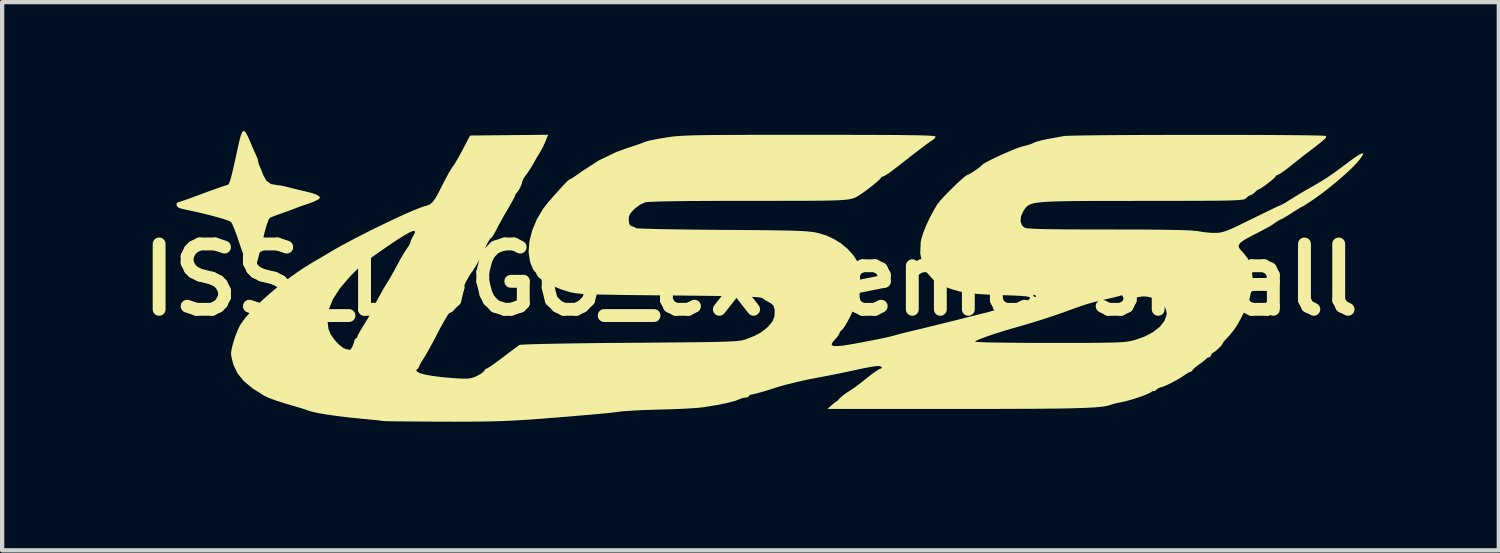
<source format=kicad_pcb>
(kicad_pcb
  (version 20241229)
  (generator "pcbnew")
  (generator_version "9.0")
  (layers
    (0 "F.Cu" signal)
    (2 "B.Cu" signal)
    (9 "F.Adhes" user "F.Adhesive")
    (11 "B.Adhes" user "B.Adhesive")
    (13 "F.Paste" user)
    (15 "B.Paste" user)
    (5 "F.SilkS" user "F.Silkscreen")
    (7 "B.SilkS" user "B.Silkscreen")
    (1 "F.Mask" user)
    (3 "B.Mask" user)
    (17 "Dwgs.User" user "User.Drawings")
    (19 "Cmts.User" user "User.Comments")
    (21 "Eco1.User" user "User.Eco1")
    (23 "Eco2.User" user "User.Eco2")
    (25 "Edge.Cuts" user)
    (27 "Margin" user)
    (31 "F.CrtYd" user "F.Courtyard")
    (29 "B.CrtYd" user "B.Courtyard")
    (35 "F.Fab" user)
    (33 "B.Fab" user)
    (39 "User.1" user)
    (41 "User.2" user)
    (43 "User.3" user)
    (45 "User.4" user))
  (footprint "ISS_LOGO_extreme small"
    (layer "F.Cu")
    (at 14.449 3.473)
    (property "Reference" "ISS_LOGO_extreme small" (at 0 0 0) (layer "F.SilkS") (effects (font (size 1.524 1.524) (thickness 0.3))))
    (attr board_only exclude_from_pos_files exclude_from_bom)
    (fp_poly (pts (xy -11.768 -3.431) (xy -11.713 -3.329) (xy -11.643 -3.166) (xy -11.607 -3.079) (xy -11.566 -2.985) (xy -11.526 -2.9) (xy -11.492 -2.818) (xy -11.479 -2.758) (xy -11.463 -2.688) (xy -11.447 -2.652) (xy -11.417 -2.586) (xy -11.378 -2.487) (xy -11.362 -2.443) (xy -11.287 -2.308) (xy -11.177 -2.231) (xy -11.05 -2.209) (xy -10.972 -2.2) (xy -10.861 -2.178) (xy -10.798 -2.162) (xy -10.675 -2.131) (xy -10.52 -2.093) (xy -10.374 -2.059) (xy -10.207 -2.016) (xy -10.1 -1.975) (xy -10.047 -1.934) (xy -10.04 -1.909) (xy -10.071 -1.876) (xy -10.158 -1.832) (xy -10.292 -1.78) (xy -10.374 -1.752) (xy -10.48 -1.716) (xy -10.569 -1.684) (xy -10.592 -1.674) (xy -10.655 -1.649) (xy -10.76 -1.61) (xy -10.887 -1.565) (xy -10.91 -1.557) (xy -11.035 -1.512) (xy -11.138 -1.473) (xy -11.201 -1.447) (xy -11.207 -1.444) (xy -11.234 -1.403) (xy -11.27 -1.311) (xy -11.309 -1.184) (xy -11.334 -1.086) (xy -11.403 -0.799) (xy -11.46 -0.573) (xy -11.507 -0.402) (xy -11.545 -0.281) (xy -11.578 -0.206) (xy -11.607 -0.171) (xy -11.635 -0.172) (xy -11.664 -0.204) (xy -11.697 -0.261) (xy -11.703 -0.274) (xy -11.741 -0.361) (xy -11.792 -0.494) (xy -11.85 -0.657) (xy -11.91 -0.831) (xy -11.917 -0.853) (xy -11.973 -1.018) (xy -12.027 -1.163) (xy -12.073 -1.274) (xy -12.107 -1.338) (xy -12.112 -1.345) (xy -12.163 -1.373) (xy -12.27 -1.411) (xy -12.422 -1.456) (xy -12.609 -1.506) (xy -12.821 -1.558) (xy -13.047 -1.609) (xy -13.188 -1.638) (xy -13.279 -1.661) (xy -13.342 -1.684) (xy -13.347 -1.686) (xy -13.381 -1.731) (xy -13.381 -1.782) (xy -13.349 -1.807) (xy -13.347 -1.807) (xy -13.304 -1.818) (xy -13.21 -1.85) (xy -13.075 -1.897) (xy -12.912 -1.957) (xy -12.776 -2.008) (xy -12.597 -2.074) (xy -12.438 -2.131) (xy -12.311 -2.175) (xy -12.227 -2.202) (xy -12.198 -2.209) (xy -12.178 -2.218) (xy -12.158 -2.249) (xy -12.134 -2.31) (xy -12.106 -2.408) (xy -12.071 -2.549) (xy -12.027 -2.742) (xy -11.972 -2.992) (xy -11.968 -3.012) (xy -11.921 -3.223) (xy -11.882 -3.37) (xy -11.847 -3.453) (xy -11.81 -3.473)) (stroke (width 0) (type solid)) (fill yes) (layer "F.SilkS"))
    (fp_poly (pts (xy -4.775 -3.238) (xy -4.831 -3.113) (xy -4.899 -2.988) (xy -4.911 -2.967) (xy -4.978 -2.856) (xy -5.051 -2.729) (xy -5.077 -2.682) (xy -5.144 -2.571) (xy -5.215 -2.468) (xy -5.242 -2.432) (xy -5.295 -2.356) (xy -5.32 -2.293) (xy -5.321 -2.287) (xy -5.337 -2.225) (xy -5.374 -2.142) (xy -5.419 -2.063) (xy -5.458 -2.016) (xy -5.463 -2.013) (xy -5.488 -1.975) (xy -5.488 -1.968) (xy -5.504 -1.923) (xy -5.547 -1.84) (xy -5.601 -1.745) (xy -5.738 -1.511) (xy -5.859 -1.294) (xy -5.955 -1.112) (xy -5.963 -1.096) (xy -6.008 -1.018) (xy -6.045 -0.974) (xy -6.054 -0.97) (xy -6.081 -0.942) (xy -6.124 -0.869) (xy -6.169 -0.778) (xy -6.245 -0.618) (xy -6.327 -0.459) (xy -6.405 -0.319) (xy -6.471 -0.213) (xy -6.5 -0.174) (xy -6.547 -0.106) (xy -6.613 0.008) (xy -6.7 0.175) (xy -6.803 0.383) (xy -6.878 0.524) (xy -6.968 0.678) (xy -7.031 0.779) (xy -7.102 0.894) (xy -7.189 1.046) (xy -7.279 1.212) (xy -7.332 1.316) (xy -7.415 1.474) (xy -7.5 1.63) (xy -7.576 1.762) (xy -7.617 1.827) (xy -7.677 1.923) (xy -7.718 1.999) (xy -7.73 2.034) (xy -7.757 2.076) (xy -7.772 2.085) (xy -7.797 2.107) (xy -7.771 2.145) (xy -7.709 2.178) (xy -7.589 2.211) (xy -7.421 2.241) (xy -7.215 2.268) (xy -6.981 2.29) (xy -6.894 2.296) (xy -6.729 2.305) (xy -6.613 2.306) (xy -6.528 2.296) (xy -6.454 2.276) (xy -6.387 2.248) (xy -6.294 2.197) (xy -6.229 2.148) (xy -6.213 2.126) (xy -6.177 2.081) (xy -6.158 2.075) (xy -6.119 2.056) (xy -6.039 2.003) (xy -5.929 1.924) (xy -5.799 1.828) (xy -5.78 1.814) (xy -5.647 1.712) (xy -5.529 1.624) (xy -5.44 1.558) (xy -5.39 1.522) (xy -5.388 1.521) (xy -5.346 1.515) (xy -5.241 1.509) (xy -5.077 1.503) (xy -4.857 1.497) (xy -4.587 1.492) (xy -4.27 1.486) (xy -3.909 1.481) (xy -3.509 1.476) (xy -3.074 1.472) (xy -2.811 1.47) (xy -2.338 1.467) (xy -1.928 1.463) (xy -1.575 1.46) (xy -1.274 1.457) (xy -1.021 1.453) (xy -0.812 1.449) (xy -0.64 1.445) (xy -0.502 1.44) (xy -0.393 1.435) (xy -0.308 1.428) (xy -0.242 1.42) (xy -0.19 1.411) (xy -0.147 1.401) (xy -0.11 1.389) (xy -0.1 1.385) (xy 0.087 1.312) (xy 0.23 1.237) (xy 0.35 1.148) (xy 0.413 1.091) (xy 0.513 0.973) (xy 0.56 0.853) (xy 0.564 0.708) (xy 0.563 0.699) (xy 0.539 0.609) (xy 0.476 0.549) (xy 0.444 0.532) (xy 0.354 0.481) (xy 0.283 0.434) (xy 0.28 0.431) (xy 0.258 0.421) (xy 0.214 0.413) (xy 0.143 0.405) (xy 0.041 0.399) (xy -0.096 0.393) (xy -0.274 0.387) (xy -0.496 0.382) (xy -0.768 0.378) (xy -1.093 0.374) (xy -1.477 0.37) (xy -1.888 0.366) (xy -2.318 0.362) (xy -2.687 0.358) (xy -2.999 0.354) (xy -3.262 0.35) (xy -3.479 0.346) (xy -3.657 0.342) (xy -3.8 0.336) (xy -3.915 0.33) (xy -4.007 0.322) (xy -4.081 0.313) (xy -4.143 0.303) (xy -4.198 0.291) (xy -4.25 0.277) (xy -4.422 0.222) (xy -4.589 0.153) (xy -4.742 0.078) (xy -4.866 0.002) (xy -4.952 -0.067) (xy -4.986 -0.123) (xy -4.986 -0.126) (xy -5.009 -0.173) (xy -5.037 -0.201) (xy -5.074 -0.255) (xy -5.115 -0.35) (xy -5.142 -0.43) (xy -5.174 -0.648) (xy -5.155 -0.892) (xy -5.09 -1.15) (xy -4.983 -1.407) (xy -4.838 -1.652) (xy -4.713 -1.812) (xy -4.546 -2.001) (xy -4.418 -2.144) (xy -4.324 -2.245) (xy -4.261 -2.308) (xy -4.223 -2.338) (xy -4.211 -2.343) (xy -4.173 -2.361) (xy -4.095 -2.411) (xy -3.992 -2.483) (xy -3.94 -2.521) (xy -3.536 -2.783) (xy -3.118 -2.983) (xy -2.86 -3.075) (xy -2.715 -3.122) (xy -2.589 -3.165) (xy -2.5 -3.198) (xy -2.469 -3.213) (xy -2.415 -3.23) (xy -2.309 -3.255) (xy -2.167 -3.283) (xy -2.004 -3.311) (xy -1.993 -3.313) (xy -1.917 -3.325) (xy -1.842 -3.335) (xy -1.763 -3.344) (xy -1.675 -3.351) (xy -1.574 -3.358) (xy -1.455 -3.363) (xy -1.313 -3.368) (xy -1.143 -3.371) (xy -0.941 -3.374) (xy -0.702 -3.376) (xy -0.421 -3.378) (xy -0.093 -3.379) (xy 0.286 -3.38) (xy 0.722 -3.38) (xy 1.218 -3.38) (xy 1.372 -3.38) (xy 1.901 -3.38) (xy 2.367 -3.379) (xy 2.773 -3.378) (xy 3.122 -3.377) (xy 3.419 -3.375) (xy 3.666 -3.372) (xy 3.868 -3.369) (xy 4.028 -3.365) (xy 4.148 -3.361) (xy 4.234 -3.355) (xy 4.288 -3.349) (xy 4.314 -3.342) (xy 4.317 -3.338) (xy 4.291 -3.29) (xy 4.254 -3.262) (xy 4.21 -3.235) (xy 4.132 -3.179) (xy 4.016 -3.092) (xy 3.859 -2.973) (xy 3.658 -2.817) (xy 3.408 -2.622) (xy 3.35 -2.577) (xy 3.245 -2.499) (xy 3.156 -2.44) (xy 3.098 -2.411) (xy 3.091 -2.409) (xy 3.049 -2.392) (xy 3.045 -2.38) (xy 3.02 -2.347) (xy 2.954 -2.286) (xy 2.861 -2.208) (xy 2.754 -2.125) (xy 2.647 -2.046) (xy 2.581 -2.001) (xy 2.534 -1.97) (xy 2.492 -1.944) (xy 2.451 -1.921) (xy 2.405 -1.902) (xy 2.349 -1.886) (xy 2.279 -1.873) (xy 2.188 -1.863) (xy 2.073 -1.855) (xy 1.928 -1.849) (xy 1.748 -1.845) (xy 1.527 -1.843) (xy 1.262 -1.841) (xy 0.947 -1.841) (xy 0.576 -1.84) (xy 0.146 -1.84) (xy -0.014 -1.84) (xy -0.537 -1.84) (xy -0.995 -1.838) (xy -1.389 -1.836) (xy -1.719 -1.832) (xy -1.988 -1.828) (xy -2.196 -1.822) (xy -2.345 -1.816) (xy -2.435 -1.808) (xy -2.46 -1.803) (xy -2.574 -1.751) (xy -2.691 -1.665) (xy -2.721 -1.637) (xy -2.797 -1.551) (xy -2.833 -1.483) (xy -2.84 -1.405) (xy -2.838 -1.381) (xy -2.823 -1.294) (xy -2.788 -1.254) (xy -2.753 -1.244) (xy -2.694 -1.225) (xy -2.677 -1.205) (xy -2.645 -1.199) (xy -2.551 -1.194) (xy -2.402 -1.189) (xy -2.203 -1.183) (xy -1.96 -1.178) (xy -1.679 -1.174) (xy -1.366 -1.169) (xy -1.026 -1.166) (xy -0.665 -1.163) (xy -0.644 -1.163) (xy -0.221 -1.16) (xy 0.142 -1.157) (xy 0.449 -1.154) (xy 0.706 -1.15) (xy 0.918 -1.146) (xy 1.092 -1.14) (xy 1.233 -1.134) (xy 1.347 -1.125) (xy 1.44 -1.115) (xy 1.516 -1.103) (xy 1.583 -1.088) (xy 1.644 -1.071) (xy 1.699 -1.053) (xy 1.756 -1.036) (xy 1.766 -1.033) (xy 1.807 -1.015) (xy 1.888 -0.977) (xy 1.955 -0.944) (xy 2.116 -0.844) (xy 2.269 -0.715) (xy 2.398 -0.573) (xy 2.488 -0.434) (xy 2.515 -0.368) (xy 2.543 -0.222) (xy 2.555 -0.041) (xy 2.553 0.149) (xy 2.535 0.32) (xy 2.513 0.418) (xy 2.467 0.543) (xy 2.406 0.687) (xy 2.336 0.835) (xy 2.265 0.972) (xy 2.201 1.083) (xy 2.151 1.152) (xy 2.138 1.164) (xy 2.088 1.214) (xy 2.075 1.247) (xy 2.053 1.293) (xy 1.999 1.362) (xy 1.976 1.387) (xy 1.921 1.449) (xy 1.894 1.495) (xy 1.898 1.527) (xy 1.939 1.545) (xy 2.02 1.547) (xy 2.147 1.536) (xy 2.323 1.509) (xy 2.554 1.468) (xy 2.687 1.442) (xy 5.235 1.442) (xy 5.264 1.449) (xy 5.355 1.454) (xy 5.503 1.46) (xy 5.703 1.464) (xy 5.951 1.467) (xy 6.243 1.47) (xy 6.572 1.472) (xy 6.934 1.472) (xy 6.968 1.472) (xy 7.357 1.472) (xy 7.685 1.472) (xy 7.959 1.471) (xy 8.184 1.469) (xy 8.367 1.466) (xy 8.514 1.462) (xy 8.63 1.457) (xy 8.723 1.45) (xy 8.798 1.441) (xy 8.861 1.43) (xy 8.919 1.417) (xy 8.966 1.404) (xy 9.197 1.322) (xy 9.394 1.216) (xy 9.549 1.092) (xy 9.654 0.958) (xy 9.702 0.819) (xy 9.705 0.783) (xy 9.687 0.694) (xy 9.642 0.603) (xy 9.585 0.531) (xy 9.53 0.502) (xy 9.529 0.502) (xy 9.476 0.482) (xy 9.44 0.456) (xy 9.368 0.421) (xy 9.264 0.396) (xy 9.158 0.387) (xy 9.078 0.398) (xy 9.066 0.403) (xy 9.003 0.409) (xy 8.979 0.396) (xy 8.923 0.366) (xy 8.844 0.341) (xy 8.765 0.326) (xy 8.712 0.326) (xy 8.701 0.336) (xy 8.671 0.355) (xy 8.59 0.383) (xy 8.476 0.412) (xy 8.442 0.42) (xy 8.202 0.474) (xy 8.011 0.521) (xy 7.849 0.567) (xy 7.7 0.615) (xy 7.647 0.634) (xy 7.396 0.725) (xy 7.185 0.8) (xy 6.996 0.864) (xy 6.813 0.924) (xy 6.62 0.984) (xy 6.4 1.05) (xy 6.138 1.126) (xy 6.04 1.154) (xy 5.829 1.218) (xy 5.635 1.28) (xy 5.469 1.338) (xy 5.34 1.387) (xy 5.258 1.425) (xy 5.235 1.442) (xy 2.687 1.442) (xy 2.843 1.412) (xy 2.978 1.386) (xy 3.116 1.357) (xy 3.24 1.329) (xy 3.326 1.307) (xy 3.33 1.306) (xy 3.495 1.26) (xy 3.714 1.206) (xy 3.848 1.174) (xy 3.946 1.151) (xy 4.089 1.116) (xy 4.268 1.072) (xy 4.47 1.022) (xy 4.685 0.969) (xy 4.901 0.915) (xy 5.107 0.863) (xy 5.292 0.817) (xy 5.445 0.778) (xy 5.554 0.75) (xy 5.605 0.736) (xy 5.686 0.714) (xy 5.807 0.682) (xy 5.946 0.645) (xy 5.974 0.638) (xy 6.189 0.58) (xy 6.346 0.531) (xy 6.449 0.489) (xy 6.504 0.452) (xy 6.519 0.427) (xy 6.512 0.41) (xy 6.481 0.397) (xy 6.417 0.386) (xy 6.312 0.377) (xy 6.16 0.369) (xy 6.076 0.366) (xy 6.593 0.366) (xy 6.617 0.4) (xy 6.626 0.402) (xy 6.659 0.39) (xy 6.66 0.387) (xy 6.636 0.358) (xy 6.626 0.351) (xy 6.595 0.354) (xy 6.593 0.366) (xy 6.076 0.366) (xy 5.952 0.362) (xy 5.816 0.357) (xy 5.509 0.345) (xy 5.257 0.328) (xy 5.048 0.304) (xy 4.87 0.272) (xy 4.712 0.228) (xy 4.561 0.172) (xy 4.466 0.129) (xy 4.262 -0.000481) (xy 4.108 -0.172) (xy 4.005 -0.38) (xy 3.958 -0.616) (xy 3.969 -0.875) (xy 3.979 -0.932) (xy 4.022 -1.079) (xy 4.094 -1.261) (xy 4.188 -1.46) (xy 4.295 -1.657) (xy 4.357 -1.759) (xy 4.408 -1.825) (xy 4.49 -1.917) (xy 4.594 -2.026) (xy 4.708 -2.14) (xy 4.821 -2.249) (xy 4.924 -2.343) (xy 5.004 -2.411) (xy 5.052 -2.442) (xy 5.056 -2.443) (xy 5.1 -2.461) (xy 5.175 -2.506) (xy 5.262 -2.565) (xy 5.34 -2.622) (xy 5.388 -2.664) (xy 5.394 -2.672) (xy 5.43 -2.702) (xy 5.516 -2.751) (xy 5.637 -2.813) (xy 5.781 -2.882) (xy 5.935 -2.951) (xy 6.086 -3.016) (xy 6.22 -3.069) (xy 6.324 -3.104) (xy 6.358 -3.113) (xy 6.474 -3.143) (xy 6.571 -3.176) (xy 6.609 -3.195) (xy 6.675 -3.221) (xy 6.784 -3.251) (xy 6.911 -3.278) (xy 7.058 -3.305) (xy 7.206 -3.332) (xy 7.305 -3.35) (xy 7.363 -3.355) (xy 7.48 -3.359) (xy 7.651 -3.363) (xy 7.869 -3.366) (xy 8.13 -3.369) (xy 8.427 -3.372) (xy 8.754 -3.374) (xy 9.107 -3.376) (xy 9.478 -3.377) (xy 9.862 -3.378) (xy 10.254 -3.379) (xy 10.647 -3.379) (xy 11.036 -3.379) (xy 11.414 -3.378) (xy 11.777 -3.377) (xy 12.118 -3.375) (xy 12.432 -3.373) (xy 12.712 -3.371) (xy 12.953 -3.368) (xy 13.149 -3.365) (xy 13.295 -3.361) (xy 13.384 -3.357) (xy 13.41 -3.353) (xy 13.423 -3.338) (xy 13.416 -3.315) (xy 13.385 -3.278) (xy 13.321 -3.222) (xy 13.22 -3.141) (xy 13.075 -3.029) (xy 12.964 -2.945) (xy 12.864 -2.868) (xy 12.736 -2.767) (xy 12.603 -2.661) (xy 12.571 -2.635) (xy 12.461 -2.55) (xy 12.368 -2.485) (xy 12.305 -2.448) (xy 12.29 -2.443) (xy 12.251 -2.425) (xy 12.248 -2.414) (xy 12.223 -2.382) (xy 12.16 -2.325) (xy 12.075 -2.257) (xy 11.984 -2.189) (xy 11.906 -2.136) (xy 11.856 -2.109) (xy 11.85 -2.108) (xy 11.81 -2.086) (xy 11.763 -2.041) (xy 11.704 -1.991) (xy 11.663 -1.974) (xy 11.612 -1.952) (xy 11.562 -1.908) (xy 11.549 -1.895) (xy 11.532 -1.884) (xy 11.506 -1.874) (xy 11.466 -1.866) (xy 11.407 -1.86) (xy 11.326 -1.854) (xy 11.217 -1.85) (xy 11.075 -1.846) (xy 10.896 -1.844) (xy 10.676 -1.842) (xy 10.408 -1.841) (xy 10.09 -1.84) (xy 9.715 -1.839) (xy 9.28 -1.839) (xy 9.122 -1.839) (xy 8.644 -1.838) (xy 8.228 -1.838) (xy 7.87 -1.837) (xy 7.565 -1.835) (xy 7.308 -1.831) (xy 7.095 -1.826) (xy 6.922 -1.818) (xy 6.782 -1.808) (xy 6.673 -1.795) (xy 6.589 -1.779) (xy 6.525 -1.759) (xy 6.478 -1.735) (xy 6.441 -1.707) (xy 6.412 -1.673) (xy 6.385 -1.634) (xy 6.366 -1.607) (xy 6.308 -1.482) (xy 6.297 -1.363) (xy 6.332 -1.266) (xy 6.392 -1.214) (xy 6.426 -1.205) (xy 6.491 -1.197) (xy 6.592 -1.19) (xy 6.731 -1.184) (xy 6.915 -1.18) (xy 7.146 -1.177) (xy 7.429 -1.174) (xy 7.769 -1.173) (xy 8.17 -1.172) (xy 8.37 -1.172) (xy 8.824 -1.171) (xy 9.215 -1.17) (xy 9.545 -1.167) (xy 9.82 -1.163) (xy 10.041 -1.158) (xy 10.212 -1.152) (xy 10.338 -1.144) (xy 10.421 -1.135) (xy 10.445 -1.13) (xy 10.585 -1.108) (xy 10.745 -1.094) (xy 10.833 -1.093) (xy 10.905 -1.095) (xy 10.974 -1.105) (xy 11.048 -1.124) (xy 11.138 -1.156) (xy 11.255 -1.207) (xy 11.406 -1.278) (xy 11.604 -1.375) (xy 11.691 -1.418) (xy 11.883 -1.512) (xy 12.055 -1.596) (xy 12.197 -1.664) (xy 12.3 -1.713) (xy 12.357 -1.738) (xy 12.364 -1.74) (xy 12.401 -1.757) (xy 12.477 -1.801) (xy 12.576 -1.862) (xy 12.704 -1.942) (xy 12.836 -2.022) (xy 12.918 -2.07) (xy 13.13 -2.191) (xy 13.301 -2.292) (xy 13.446 -2.383) (xy 13.582 -2.475) (xy 13.726 -2.579) (xy 13.886 -2.7) (xy 14.06 -2.828) (xy 14.185 -2.911) (xy 14.262 -2.949) (xy 14.289 -2.943) (xy 14.268 -2.892) (xy 14.198 -2.796) (xy 14.141 -2.728) (xy 14.033 -2.614) (xy 13.884 -2.475) (xy 13.708 -2.321) (xy 13.518 -2.164) (xy 13.327 -2.015) (xy 13.15 -1.887) (xy 13.108 -1.858) (xy 13.001 -1.788) (xy 12.918 -1.735) (xy 12.872 -1.708) (xy 12.868 -1.707) (xy 12.835 -1.69) (xy 12.76 -1.645) (xy 12.657 -1.58) (xy 12.62 -1.556) (xy 12.51 -1.487) (xy 12.422 -1.434) (xy 12.371 -1.407) (xy 12.365 -1.406) (xy 12.325 -1.388) (xy 12.256 -1.344) (xy 12.237 -1.33) (xy 12.192 -1.298) (xy 12.149 -1.27) (xy 12.099 -1.24) (xy 12.03 -1.202) (xy 11.931 -1.15) (xy 11.79 -1.077) (xy 11.671 -1.015) (xy 11.518 -0.931) (xy 11.424 -0.863) (xy 11.383 -0.804) (xy 11.392 -0.744) (xy 11.445 -0.676) (xy 11.479 -0.644) (xy 11.598 -0.492) (xy 11.674 -0.299) (xy 11.707 -0.073) (xy 11.695 0.174) (xy 11.638 0.435) (xy 11.537 0.698) (xy 11.53 0.712) (xy 11.434 0.904) (xy 11.351 1.053) (xy 11.269 1.176) (xy 11.175 1.292) (xy 11.057 1.419) (xy 11.052 1.425) (xy 11.016 1.471) (xy 11.01 1.488) (xy 10.987 1.526) (xy 10.931 1.585) (xy 10.863 1.648) (xy 10.802 1.694) (xy 10.775 1.707) (xy 10.746 1.734) (xy 10.742 1.757) (xy 10.717 1.801) (xy 10.695 1.807) (xy 10.645 1.823) (xy 10.636 1.834) (xy 10.604 1.866) (xy 10.534 1.922) (xy 10.466 1.97) (xy 10.38 2.034) (xy 10.322 2.086) (xy 10.307 2.11) (xy 10.281 2.14) (xy 10.269 2.142) (xy 10.219 2.161) (xy 10.144 2.207) (xy 10.126 2.221) (xy 10.039 2.279) (xy 9.925 2.345) (xy 9.802 2.411) (xy 9.686 2.466) (xy 9.597 2.501) (xy 9.559 2.51) (xy 9.5 2.534) (xy 9.47 2.561) (xy 9.428 2.595) (xy 9.41 2.594) (xy 9.374 2.599) (xy 9.339 2.622) (xy 9.279 2.656) (xy 9.172 2.699) (xy 9.036 2.747) (xy 8.888 2.794) (xy 8.746 2.833) (xy 8.629 2.859) (xy 8.617 2.861) (xy 8.513 2.882) (xy 8.428 2.906) (xy 8.416 2.91) (xy 8.368 2.927) (xy 8.307 2.942) (xy 8.23 2.956) (xy 8.133 2.967) (xy 8.011 2.977) (xy 7.861 2.985) (xy 7.678 2.992) (xy 7.459 2.998) (xy 7.199 3.003) (xy 6.895 3.006) (xy 6.543 3.009) (xy 6.138 3.01) (xy 5.676 3.012) (xy 5.155 3.012) (xy 4.806 3.012) (xy 1.797 3.012) (xy 1.888 2.928) (xy 1.951 2.873) (xy 1.992 2.845) (xy 1.996 2.845) (xy 2.028 2.821) (xy 2.072 2.773) (xy 2.132 2.717) (xy 2.226 2.646) (xy 2.3 2.598) (xy 2.405 2.528) (xy 2.537 2.431) (xy 2.675 2.324) (xy 2.724 2.284) (xy 2.838 2.194) (xy 2.937 2.124) (xy 3.008 2.082) (xy 3.03 2.075) (xy 3.065 2.059) (xy 3.062 2.041) (xy 3.04 2.022) (xy 3 2.012) (xy 2.933 2.014) (xy 2.83 2.028) (xy 2.683 2.055) (xy 2.483 2.097) (xy 2.375 2.12) (xy 2.173 2.163) (xy 1.971 2.205) (xy 1.789 2.241) (xy 1.646 2.268) (xy 1.606 2.275) (xy 1.351 2.324) (xy 1.085 2.383) (xy 0.83 2.446) (xy 0.608 2.509) (xy 0.519 2.539) (xy 0.39 2.58) (xy 0.255 2.62) (xy 0.133 2.653) (xy 0.044 2.673) (xy 0.013 2.677) (xy -0.029 2.697) (xy -0.033 2.711) (xy -0.062 2.738) (xy -0.101 2.744) (xy -0.189 2.759) (xy -0.226 2.773) (xy -0.35 2.822) (xy -0.53 2.87) (xy -0.768 2.919) (xy -1.069 2.968) (xy -1.121 2.976) (xy -1.227 2.987) (xy -1.385 2.998) (xy -1.581 3.009) (xy -1.802 3.018) (xy -2.031 3.024) (xy -2.075 3.025) (xy -2.306 3.032) (xy -2.532 3.04) (xy -2.738 3.051) (xy -2.909 3.062) (xy -3.03 3.073) (xy -3.045 3.075) (xy -3.139 3.087) (xy -3.244 3.1) (xy -3.368 3.113) (xy -3.52 3.127) (xy -3.707 3.144) (xy -3.938 3.164) (xy -4.22 3.188) (xy -4.518 3.212) (xy -4.858 3.239) (xy -5.158 3.261) (xy -5.433 3.278) (xy -5.695 3.291) (xy -5.959 3.3) (xy -6.238 3.306) (xy -6.546 3.309) (xy -6.898 3.31) (xy -7.196 3.309) (xy -7.488 3.308) (xy -7.761 3.306) (xy -8.006 3.304) (xy -8.216 3.302) (xy -8.384 3.3) (xy -8.501 3.297) (xy -8.562 3.294) (xy -8.567 3.294) (xy -8.619 3.286) (xy -8.722 3.274) (xy -8.862 3.26) (xy -9.019 3.245) (xy -9.321 3.215) (xy -9.6 3.182) (xy -9.848 3.148) (xy -10.056 3.113) (xy -10.213 3.08) (xy -10.307 3.052) (xy -10.385 3.024) (xy -10.499 2.988) (xy -10.592 2.961) (xy -10.869 2.879) (xy -11.084 2.81) (xy -11.24 2.751) (xy -11.334 2.707) (xy -11.606 2.536) (xy -11.814 2.362) (xy -11.962 2.181) (xy -12.053 1.99) (xy -12.06 1.967) (xy -12.09 1.853) (xy -12.109 1.759) (xy -12.113 1.718) (xy -12.099 1.616) (xy -12.063 1.475) (xy -12.014 1.321) (xy -11.957 1.174) (xy -11.902 1.06) (xy -11.9 1.056) (xy -11.813 0.934) (xy -9.868 0.934) (xy -9.838 1.156) (xy -9.787 1.273) (xy -9.704 1.394) (xy -9.605 1.504) (xy -9.505 1.584) (xy -9.433 1.616) (xy -9.365 1.629) (xy -9.337 1.635) (xy -9.313 1.611) (xy -9.278 1.549) (xy -9.248 1.469) (xy -9.236 1.416) (xy -9.216 1.376) (xy -9.203 1.372) (xy -9.171 1.346) (xy -9.169 1.334) (xy -9.152 1.29) (xy -9.107 1.205) (xy -9.041 1.095) (xy -9.007 1.041) (xy -8.93 0.916) (xy -8.865 0.804) (xy -8.822 0.722) (xy -8.814 0.703) (xy -8.775 0.613) (xy -8.709 0.483) (xy -8.626 0.332) (xy -8.536 0.175) (xy -8.46 0.05) (xy -8.392 -0.064) (xy -8.31 -0.208) (xy -8.231 -0.354) (xy -8.224 -0.368) (xy -8.152 -0.5) (xy -8.079 -0.623) (xy -8.021 -0.713) (xy -8.012 -0.726) (xy -7.96 -0.803) (xy -7.933 -0.863) (xy -7.931 -0.872) (xy -7.915 -0.925) (xy -7.874 -1.005) (xy -7.862 -1.025) (xy -7.824 -1.1) (xy -7.827 -1.138) (xy -7.873 -1.137) (xy -7.965 -1.097) (xy -8.103 -1.017) (xy -8.291 -0.896) (xy -8.446 -0.791) (xy -8.648 -0.652) (xy -8.805 -0.541) (xy -8.929 -0.45) (xy -9.03 -0.37) (xy -9.119 -0.292) (xy -9.208 -0.207) (xy -9.307 -0.106) (xy -9.343 -0.069) (xy -9.572 0.198) (xy -9.736 0.453) (xy -9.835 0.698) (xy -9.868 0.934) (xy -11.813 0.934) (xy -11.79 0.9) (xy -11.631 0.72) (xy -11.434 0.524) (xy -11.206 0.319) (xy -10.959 0.115) (xy -10.701 -0.081) (xy -10.443 -0.26) (xy -10.207 -0.406) (xy -10.079 -0.48) (xy -9.97 -0.544) (xy -9.894 -0.589) (xy -9.872 -0.602) (xy -9.714 -0.697) (xy -9.519 -0.806) (xy -9.295 -0.926) (xy -9.053 -1.051) (xy -8.801 -1.178) (xy -8.548 -1.301) (xy -8.305 -1.417) (xy -8.079 -1.521) (xy -7.88 -1.608) (xy -7.718 -1.674) (xy -7.602 -1.714) (xy -7.568 -1.722) (xy -7.486 -1.75) (xy -7.415 -1.807) (xy -7.344 -1.903) (xy -7.264 -2.049) (xy -7.253 -2.071) (xy -7.131 -2.312) (xy -7.032 -2.496) (xy -6.956 -2.62) (xy -6.923 -2.664) (xy -6.889 -2.715) (xy -6.833 -2.811) (xy -6.763 -2.936) (xy -6.707 -3.041) (xy -6.538 -3.363) (xy -4.719 -3.381)) (stroke (width 0) (type solid)) (fill yes) (layer "F.SilkS")))
  (gr_rect
    (start -3 -3)
    (end 31.898 9.783)
    (stroke (width 0.1) (type default))
    (fill no)
    (layer "Edge.Cuts")))
</source>
